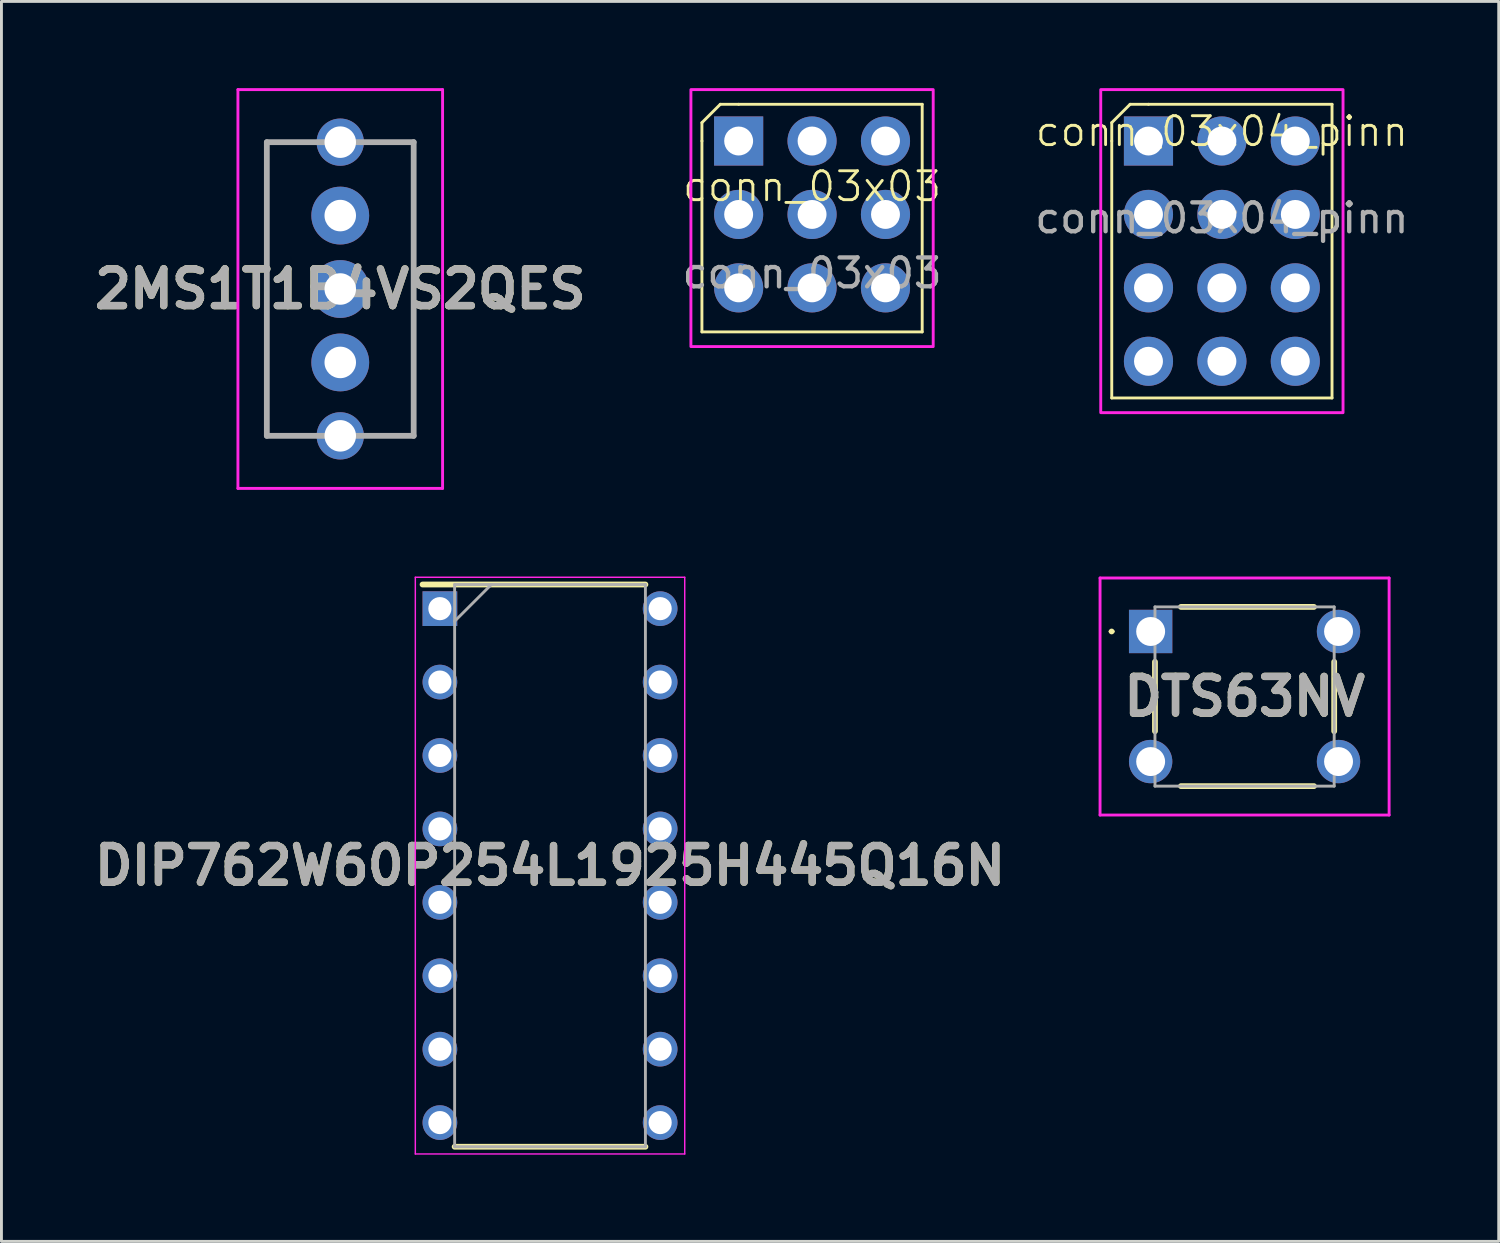
<source format=kicad_pcb>
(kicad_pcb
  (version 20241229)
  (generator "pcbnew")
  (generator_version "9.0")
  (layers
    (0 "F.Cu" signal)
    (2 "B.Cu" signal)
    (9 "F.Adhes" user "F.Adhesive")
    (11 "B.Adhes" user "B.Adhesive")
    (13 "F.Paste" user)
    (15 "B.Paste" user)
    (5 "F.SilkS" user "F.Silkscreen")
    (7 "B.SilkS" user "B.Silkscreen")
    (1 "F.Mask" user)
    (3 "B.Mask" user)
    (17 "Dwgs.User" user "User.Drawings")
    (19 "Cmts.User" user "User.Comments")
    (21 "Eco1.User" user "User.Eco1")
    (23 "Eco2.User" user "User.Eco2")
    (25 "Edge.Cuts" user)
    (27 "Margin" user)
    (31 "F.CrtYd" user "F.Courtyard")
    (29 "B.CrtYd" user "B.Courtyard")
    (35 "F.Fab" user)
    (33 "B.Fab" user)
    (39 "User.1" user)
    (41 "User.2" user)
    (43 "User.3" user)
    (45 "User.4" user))
  (footprint "DIP762W60P254L1925H445Q16N"
    (layer "F.Cu")
    (at 15.978 26.896)
    (property "Reference" "DIP762W60P254L1925H445Q16N" (at 0 0 0) (layer "F.SilkS") (effects (font (size 1.27 1.27) (thickness 0.254))))
    (attr through_hole)
    (fp_line (start -4.41 -9.725) (end 3.3 -9.725) (stroke (width 0.2) (type solid)) (layer "F.SilkS"))
    (fp_line (start -3.3 9.725) (end 3.3 9.725) (stroke (width 0.2) (type solid)) (layer "F.SilkS"))
    (fp_line (start -4.66 -9.975) (end 4.66 -9.975) (stroke (width 0.05) (type solid)) (layer "F.CrtYd"))
    (fp_line (start -4.66 9.975) (end -4.66 -9.975) (stroke (width 0.05) (type solid)) (layer "F.CrtYd"))
    (fp_line (start 4.66 -9.975) (end 4.66 9.975) (stroke (width 0.05) (type solid)) (layer "F.CrtYd"))
    (fp_line (start 4.66 9.975) (end -4.66 9.975) (stroke (width 0.05) (type solid)) (layer "F.CrtYd"))
    (fp_line (start -3.3 -9.725) (end 3.3 -9.725) (stroke (width 0.1) (type solid)) (layer "F.Fab"))
    (fp_line (start -3.3 -8.455) (end -2.03 -9.725) (stroke (width 0.1) (type solid)) (layer "F.Fab"))
    (fp_line (start -3.3 9.725) (end -3.3 -9.725) (stroke (width 0.1) (type solid)) (layer "F.Fab"))
    (fp_line (start 3.3 -9.725) (end 3.3 9.725) (stroke (width 0.1) (type solid)) (layer "F.Fab"))
    (fp_line (start 3.3 9.725) (end -3.3 9.725) (stroke (width 0.1) (type solid)) (layer "F.Fab"))
    (fp_text user "${REFERENCE}" (at 0 0 0) (layer "F.Fab") (effects (font (size 1.27 1.27) (thickness 0.254))))
    (pad "1" thru_hole rect (at -3.81 -8.89) (size 1.2 1.2) (drill 0.8) (layers "*.Cu" "*.Mask"))
    (pad "2" thru_hole circle (at -3.81 -6.35) (size 1.2 1.2) (drill 0.8) (layers "*.Cu" "*.Mask"))
    (pad "3" thru_hole circle (at -3.81 -3.81) (size 1.2 1.2) (drill 0.8) (layers "*.Cu" "*.Mask"))
    (pad "4" thru_hole circle (at -3.81 -1.27) (size 1.2 1.2) (drill 0.8) (layers "*.Cu" "*.Mask"))
    (pad "5" thru_hole circle (at -3.81 1.27) (size 1.2 1.2) (drill 0.8) (layers "*.Cu" "*.Mask"))
    (pad "6" thru_hole circle (at -3.81 3.81) (size 1.2 1.2) (drill 0.8) (layers "*.Cu" "*.Mask"))
    (pad "7" thru_hole circle (at -3.81 6.35) (size 1.2 1.2) (drill 0.8) (layers "*.Cu" "*.Mask"))
    (pad "8" thru_hole circle (at -3.81 8.89) (size 1.2 1.2) (drill 0.8) (layers "*.Cu" "*.Mask"))
    (pad "9" thru_hole circle (at 3.81 8.89) (size 1.2 1.2) (drill 0.8) (layers "*.Cu" "*.Mask"))
    (pad "10" thru_hole circle (at 3.81 6.35) (size 1.2 1.2) (drill 0.8) (layers "*.Cu" "*.Mask"))
    (pad "11" thru_hole circle (at 3.81 3.81) (size 1.2 1.2) (drill 0.8) (layers "*.Cu" "*.Mask"))
    (pad "12" thru_hole circle (at 3.81 1.27) (size 1.2 1.2) (drill 0.8) (layers "*.Cu" "*.Mask"))
    (pad "13" thru_hole circle (at 3.81 -1.27) (size 1.2 1.2) (drill 0.8) (layers "*.Cu" "*.Mask"))
    (pad "14" thru_hole circle (at 3.81 -3.81) (size 1.2 1.2) (drill 0.8) (layers "*.Cu" "*.Mask"))
    (pad "15" thru_hole circle (at 3.81 -6.35) (size 1.2 1.2) (drill 0.8) (layers "*.Cu" "*.Mask"))
    (pad "16" thru_hole circle (at 3.81 -8.89) (size 1.2 1.2) (drill 0.8) (layers "*.Cu" "*.Mask")))
  (footprint "DTS63NV"
    (layer "F.Cu")
    (at 36.756 18.796)
    (property "Reference" "DTS63NV" (at 3.25 2.25 0) (layer "F.SilkS") (effects (font (size 1.27 1.27) (thickness 0.254))))
    (attr through_hole)
    (fp_line (start -1.4 0) (end -1.4 0) (stroke (width 0.1) (type solid)) (layer "F.SilkS"))
    (fp_line (start -1.3 0) (end -1.3 0) (stroke (width 0.1) (type solid)) (layer "F.SilkS"))
    (fp_line (start 0.15 1.05) (end 0.15 3.45) (stroke (width 0.2) (type solid)) (layer "F.SilkS"))
    (fp_line (start 1.05 -0.85) (end 5.65 -0.85) (stroke (width 0.2) (type solid)) (layer "F.SilkS"))
    (fp_line (start 1.05 5.35) (end 5.65 5.35) (stroke (width 0.2) (type solid)) (layer "F.SilkS"))
    (fp_line (start 6.35 1.05) (end 6.35 3.45) (stroke (width 0.2) (type solid)) (layer "F.SilkS"))
    (fp_arc (start -1.4 0) (mid -1.35 -0.05) (end -1.3 0) (stroke (width 0.1) (type solid)) (layer "F.SilkS"))
    (fp_arc (start -1.3 0) (mid -1.35 0.05) (end -1.4 0) (stroke (width 0.1) (type solid)) (layer "F.SilkS"))
    (fp_line (start -1.75 -1.85) (end 8.25 -1.85) (stroke (width 0.1) (type solid)) (layer "F.CrtYd"))
    (fp_line (start -1.75 6.35) (end -1.75 -1.85) (stroke (width 0.1) (type solid)) (layer "F.CrtYd"))
    (fp_line (start 8.25 -1.85) (end 8.25 6.35) (stroke (width 0.1) (type solid)) (layer "F.CrtYd"))
    (fp_line (start 8.25 6.35) (end -1.75 6.35) (stroke (width 0.1) (type solid)) (layer "F.CrtYd"))
    (fp_line (start 0.15 -0.85) (end 0.15 5.35) (stroke (width 0.1) (type solid)) (layer "F.Fab"))
    (fp_line (start 0.15 5.35) (end 6.35 5.35) (stroke (width 0.1) (type solid)) (layer "F.Fab"))
    (fp_line (start 6.35 -0.85) (end 0.15 -0.85) (stroke (width 0.1) (type solid)) (layer "F.Fab"))
    (fp_line (start 6.35 5.35) (end 6.35 -0.85) (stroke (width 0.1) (type solid)) (layer "F.Fab"))
    (fp_text user "${REFERENCE}" (at 3.25 2.25 0) (layer "F.Fab") (effects (font (size 1.27 1.27) (thickness 0.254))))
    (pad "1" thru_hole rect (at 0 0) (size 1.5 1.5) (drill 1) (layers "*.Cu" "*.Mask"))
    (pad "1" thru_hole circle (at 6.5 0) (size 1.5 1.5) (drill 1) (layers "*.Cu" "*.Mask"))
    (pad "2" thru_hole circle (at 0 4.5) (size 1.5 1.5) (drill 1) (layers "*.Cu" "*.Mask"))
    (pad "2" thru_hole circle (at 6.5 4.5) (size 1.5 1.5) (drill 1) (layers "*.Cu" "*.Mask")))
  (footprint "2MS1T1B4VS2QES"
    (layer "F.Cu")
    (at 8.721 4.408)
    (property "Reference" "2MS1T1B4VS2QES" (at 0 2.54 0) (layer "F.SilkS") (effects (font (size 1.27 1.27) (thickness 0.254))))
    (attr through_hole)
    (fp_line (start -2.54 -2.54) (end -2.54 7.62) (stroke (width 0.1) (type solid)) (layer "F.SilkS"))
    (fp_line (start -2.54 7.62) (end -1 7.62) (stroke (width 0.1) (type solid)) (layer "F.SilkS"))
    (fp_line (start -1 -2.54) (end -2.54 -2.54) (stroke (width 0.1) (type solid)) (layer "F.SilkS"))
    (fp_line (start 1 -2.54) (end 2.54 -2.54) (stroke (width 0.1) (type solid)) (layer "F.SilkS"))
    (fp_line (start 2.54 -2.54) (end 2.54 7.62) (stroke (width 0.1) (type solid)) (layer "F.SilkS"))
    (fp_line (start 2.54 7.62) (end 1 7.62) (stroke (width 0.1) (type solid)) (layer "F.SilkS"))
    (fp_line (start -3.54 -4.358) (end 3.54 -4.358) (stroke (width 0.1) (type solid)) (layer "F.CrtYd"))
    (fp_line (start -3.54 9.438) (end -3.54 -4.358) (stroke (width 0.1) (type solid)) (layer "F.CrtYd"))
    (fp_line (start 3.54 -4.358) (end 3.54 9.438) (stroke (width 0.1) (type solid)) (layer "F.CrtYd"))
    (fp_line (start 3.54 9.438) (end -3.54 9.438) (stroke (width 0.1) (type solid)) (layer "F.CrtYd"))
    (fp_line (start -2.54 -2.54) (end 2.54 -2.54) (stroke (width 0.2) (type solid)) (layer "F.Fab"))
    (fp_line (start -2.54 7.62) (end -2.54 -2.54) (stroke (width 0.2) (type solid)) (layer "F.Fab"))
    (fp_line (start 2.54 -2.54) (end 2.54 7.62) (stroke (width 0.2) (type solid)) (layer "F.Fab"))
    (fp_line (start 2.54 7.62) (end -2.54 7.62) (stroke (width 0.2) (type solid)) (layer "F.Fab"))
    (fp_text user "${REFERENCE}" (at 0 2.54 0) (layer "F.Fab") (effects (font (size 1.27 1.27) (thickness 0.254))))
    (pad "1" thru_hole circle (at 0 0) (size 2 2) (drill 1.09) (layers "*.Cu" "*.Mask"))
    (pad "2" thru_hole circle (at 0 2.54) (size 2 2) (drill 1.09) (layers "*.Cu" "*.Mask"))
    (pad "3" thru_hole circle (at 0 5.08) (size 2 2) (drill 1.09) (layers "*.Cu" "*.Mask"))
    (pad "MH1" thru_hole circle (at 0 -2.54) (size 1.635 1.635) (drill 1.09) (layers "*.Cu" "*.Mask"))
    (pad "MH2" thru_hole circle (at 0 7.62) (size 1.635 1.635) (drill 1.09) (layers "*.Cu" "*.Mask")))
  (footprint "conn_03x03"
    (layer "F.Cu")
    (at 22.503 1.828)
    (property "Reference" "conn_03x03" (at 2.54 1.572 0) (unlocked yes) (layer "F.SilkS") (effects (font (size 1 1) (thickness 0.1))))
    (attr through_hole)
    (fp_line (start -1.27 0) (end -1.27 -0.635) (stroke (width 0.1) (type default)) (layer "F.SilkS"))
    (fp_line (start -1.27 6.604) (end -1.27 0) (stroke (width 0.1) (type default)) (layer "F.SilkS"))
    (fp_line (start -1.27 6.604) (end 6.35 6.604) (stroke (width 0.1) (type default)) (layer "F.SilkS"))
    (fp_line (start -0.635 -1.27) (end -1.27 -0.635) (stroke (width 0.1) (type default)) (layer "F.SilkS"))
    (fp_line (start 0 -1.27) (end -0.635 -1.27) (stroke (width 0.1) (type default)) (layer "F.SilkS"))
    (fp_line (start 0 -1.27) (end 6.35 -1.27) (stroke (width 0.1) (type default)) (layer "F.SilkS"))
    (fp_line (start 6.35 -1.27) (end 6.35 6.604) (stroke (width 0.1) (type default)) (layer "F.SilkS"))
    (fp_rect (start -1.651 -1.778) (end 6.731 7.112) (stroke (width 0.1) (type default)) (fill no) (layer "F.CrtYd"))
    (fp_text user "${REFERENCE}" (at 2.54 4.572 0) (unlocked yes) (layer "F.Fab") (effects (font (size 1 1) (thickness 0.15))))
    (pad "1" thru_hole rect (at 0 0) (size 1.7 1.7) (drill 1) (layers "*.Cu" "*.Mask"))
    (pad "2" thru_hole circle (at 2.54 0) (size 1.7 1.7) (drill 1) (layers "*.Cu" "*.Mask"))
    (pad "3" thru_hole circle (at 5.08 0) (size 1.7 1.7) (drill 1) (layers "*.Cu" "*.Mask"))
    (pad "4" thru_hole circle (at 0 2.54) (size 1.7 1.7) (drill 1) (layers "*.Cu" "*.Mask"))
    (pad "5" thru_hole circle (at 2.54 2.54) (size 1.7 1.7) (drill 1) (layers "*.Cu" "*.Mask"))
    (pad "6" thru_hole circle (at 5.08 2.54) (size 1.7 1.7) (drill 1) (layers "*.Cu" "*.Mask"))
    (pad "7" thru_hole circle (at 0 5.08) (size 1.7 1.7) (drill 1) (layers "*.Cu" "*.Mask"))
    (pad "8" thru_hole circle (at 2.54 5.08) (size 1.7 1.7) (drill 1) (layers "*.Cu" "*.Mask"))
    (pad "9" thru_hole circle (at 5.08 5.08) (size 1.7 1.7) (drill 1) (layers "*.Cu" "*.Mask")))
  (footprint "conn_03x04_pinn"
    (layer "F.Cu")
    (at 36.681 1.828)
    (property "Reference" "conn_03x04_pinn" (at 2.54 -0.333 0) (unlocked yes) (layer "F.SilkS") (effects (font (size 1 1) (thickness 0.1))))
    (attr through_hole)
    (fp_line (start -1.27 0) (end -1.27 -0.635) (stroke (width 0.1) (type default)) (layer "F.SilkS"))
    (fp_line (start -1.27 8.89) (end -1.27 0) (stroke (width 0.1) (type default)) (layer "F.SilkS"))
    (fp_line (start -1.27 8.89) (end 6.35 8.89) (stroke (width 0.1) (type default)) (layer "F.SilkS"))
    (fp_line (start -0.635 -1.27) (end -1.27 -0.635) (stroke (width 0.1) (type default)) (layer "F.SilkS"))
    (fp_line (start 0 -1.27) (end -0.635 -1.27) (stroke (width 0.1) (type default)) (layer "F.SilkS"))
    (fp_line (start 0 -1.27) (end 6.35 -1.27) (stroke (width 0.1) (type default)) (layer "F.SilkS"))
    (fp_line (start 6.35 -1.27) (end 6.35 8.89) (stroke (width 0.1) (type default)) (layer "F.SilkS"))
    (fp_rect (start -1.651 -1.778) (end 6.731 9.398) (stroke (width 0.1) (type default)) (fill no) (layer "F.CrtYd"))
    (fp_text user "${REFERENCE}" (at 2.54 2.667 0) (unlocked yes) (layer "F.Fab") (effects (font (size 1 1) (thickness 0.15))))
    (pad "1" thru_hole rect (at 0 0) (size 1.7 1.7) (drill 1) (layers "*.Cu" "*.Mask"))
    (pad "2" thru_hole circle (at 2.54 0) (size 1.7 1.7) (drill 1) (layers "*.Cu" "*.Mask"))
    (pad "3" thru_hole circle (at 5.08 0) (size 1.7 1.7) (drill 1) (layers "*.Cu" "*.Mask"))
    (pad "4" thru_hole circle (at 0 2.54) (size 1.7 1.7) (drill 1) (layers "*.Cu" "*.Mask"))
    (pad "5" thru_hole circle (at 2.54 2.54) (size 1.7 1.7) (drill 1) (layers "*.Cu" "*.Mask"))
    (pad "6" thru_hole circle (at 5.08 2.54) (size 1.7 1.7) (drill 1) (layers "*.Cu" "*.Mask"))
    (pad "7" thru_hole circle (at 0 5.08) (size 1.7 1.7) (drill 1) (layers "*.Cu" "*.Mask"))
    (pad "8" thru_hole circle (at 2.54 5.08) (size 1.7 1.7) (drill 1) (layers "*.Cu" "*.Mask"))
    (pad "9" thru_hole circle (at 5.08 5.08) (size 1.7 1.7) (drill 1) (layers "*.Cu" "*.Mask"))
    (pad "10" thru_hole circle (at 0 7.62) (size 1.7 1.7) (drill 1) (layers "*.Cu" "*.Mask"))
    (pad "11" thru_hole circle (at 2.54 7.62) (size 1.7 1.7) (drill 1) (layers "*.Cu" "*.Mask"))
    (pad "12" thru_hole circle (at 5.08 7.62) (size 1.7 1.7) (drill 1) (layers "*.Cu" "*.Mask")))
  (gr_rect
    (start -3 -3)
    (end 48.798 39.896)
    (stroke (width 0.1) (type default))
    (fill no)
    (layer "Edge.Cuts")))
</source>
